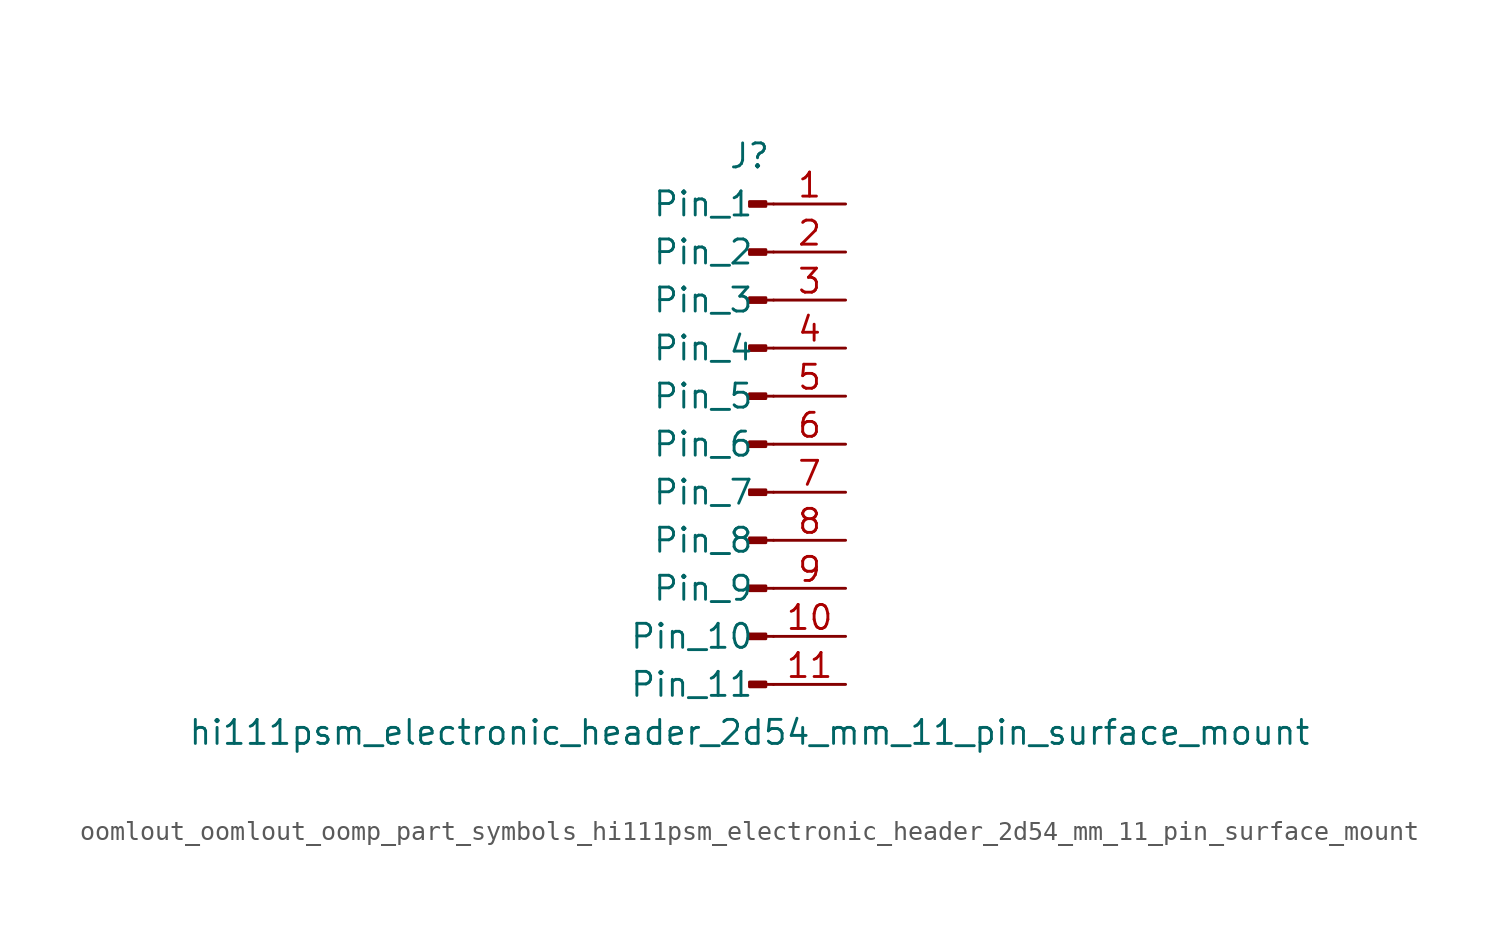
<source format=kicad_sym>
(kicad_symbol_lib
  (version 20220914)
  (generator kicad_symbol_editor)
  (symbol "oomlout_oomlout_oomp_part_symbols_hi111psm_electronic_header_2d54_mm_11_pin_surface_mount"
    (pin_names
      (offset 1.016))
    (property "Reference" "J"
      (at 0 15.24 0)
      (effects (font (size 1.27 1.27))))
    (property "Value" "hi111psm_electronic_header_2d54_mm_11_pin_surface_mount"
      (at 0 -15.24 0)
      (effects (font (size 1.27 1.27))))
    (property "ki_locked" ""
      (at 0 0 0)
      (effects (font (size 1.27 1.27))))
    (symbol "oomlout_oomlout_oomp_part_symbols_hi111psm_electronic_header_2d54_mm_11_pin_surface_mount_1_1"
      (polyline (pts (xy 1.27 -12.7) (xy 0.864 -12.7)) (stroke (width 0.152) (type default)) (fill (type none)))
      (polyline (pts (xy 1.27 -10.16) (xy 0.864 -10.16)) (stroke (width 0.152) (type default)) (fill (type none)))
      (polyline (pts (xy 1.27 -7.62) (xy 0.864 -7.62)) (stroke (width 0.152) (type default)) (fill (type none)))
      (polyline (pts (xy 1.27 -5.08) (xy 0.864 -5.08)) (stroke (width 0.152) (type default)) (fill (type none)))
      (polyline (pts (xy 1.27 -2.54) (xy 0.864 -2.54)) (stroke (width 0.152) (type default)) (fill (type none)))
      (polyline (pts (xy 1.27 0) (xy 0.864 0)) (stroke (width 0.152) (type default)) (fill (type none)))
      (polyline (pts (xy 1.27 2.54) (xy 0.864 2.54)) (stroke (width 0.152) (type default)) (fill (type none)))
      (polyline (pts (xy 1.27 5.08) (xy 0.864 5.08)) (stroke (width 0.152) (type default)) (fill (type none)))
      (polyline (pts (xy 1.27 7.62) (xy 0.864 7.62)) (stroke (width 0.152) (type default)) (fill (type none)))
      (polyline (pts (xy 1.27 10.16) (xy 0.864 10.16)) (stroke (width 0.152) (type default)) (fill (type none)))
      (polyline (pts (xy 1.27 12.7) (xy 0.864 12.7)) (stroke (width 0.152) (type default)) (fill (type none)))
      (rectangle (start 0.864 -12.573) (end 0 -12.827) (stroke (width 0.152) (type default)) (fill (type outline)))
      (rectangle (start 0.864 -10.033) (end 0 -10.287) (stroke (width 0.152) (type default)) (fill (type outline)))
      (rectangle (start 0.864 -7.493) (end 0 -7.747) (stroke (width 0.152) (type default)) (fill (type outline)))
      (rectangle (start 0.864 -4.953) (end 0 -5.207) (stroke (width 0.152) (type default)) (fill (type outline)))
      (rectangle (start 0.864 -2.413) (end 0 -2.667) (stroke (width 0.152) (type default)) (fill (type outline)))
      (rectangle (start 0.864 0.127) (end 0 -0.127) (stroke (width 0.152) (type default)) (fill (type outline)))
      (rectangle (start 0.864 2.667) (end 0 2.413) (stroke (width 0.152) (type default)) (fill (type outline)))
      (rectangle (start 0.864 5.207) (end 0 4.953) (stroke (width 0.152) (type default)) (fill (type outline)))
      (rectangle (start 0.864 7.747) (end 0 7.493) (stroke (width 0.152) (type default)) (fill (type outline)))
      (rectangle (start 0.864 10.287) (end 0 10.033) (stroke (width 0.152) (type default)) (fill (type outline)))
      (rectangle (start 0.864 12.827) (end 0 12.573) (stroke (width 0.152) (type default)) (fill (type outline)))
      (pin passive line (at 5.08 12.7 180) (length 3.81) (name "Pin_1" (effects (font (size 1.27 1.27)))) (number "1" (effects (font (size 1.27 1.27)))))
      (pin passive line (at 5.08 -10.16 180) (length 3.81) (name "Pin_10" (effects (font (size 1.27 1.27)))) (number "10" (effects (font (size 1.27 1.27)))))
      (pin passive line (at 5.08 -12.7 180) (length 3.81) (name "Pin_11" (effects (font (size 1.27 1.27)))) (number "11" (effects (font (size 1.27 1.27)))))
      (pin passive line (at 5.08 10.16 180) (length 3.81) (name "Pin_2" (effects (font (size 1.27 1.27)))) (number "2" (effects (font (size 1.27 1.27)))))
      (pin passive line (at 5.08 7.62 180) (length 3.81) (name "Pin_3" (effects (font (size 1.27 1.27)))) (number "3" (effects (font (size 1.27 1.27)))))
      (pin passive line (at 5.08 5.08 180) (length 3.81) (name "Pin_4" (effects (font (size 1.27 1.27)))) (number "4" (effects (font (size 1.27 1.27)))))
      (pin passive line (at 5.08 2.54 180) (length 3.81) (name "Pin_5" (effects (font (size 1.27 1.27)))) (number "5" (effects (font (size 1.27 1.27)))))
      (pin passive line (at 5.08 0 180) (length 3.81) (name "Pin_6" (effects (font (size 1.27 1.27)))) (number "6" (effects (font (size 1.27 1.27)))))
      (pin passive line (at 5.08 -2.54 180) (length 3.81) (name "Pin_7" (effects (font (size 1.27 1.27)))) (number "7" (effects (font (size 1.27 1.27)))))
      (pin passive line (at 5.08 -5.08 180) (length 3.81) (name "Pin_8" (effects (font (size 1.27 1.27)))) (number "8" (effects (font (size 1.27 1.27)))))
      (pin passive line (at 5.08 -7.62 180) (length 3.81) (name "Pin_9" (effects (font (size 1.27 1.27)))) (number "9" (effects (font (size 1.27 1.27))))))))
</source>
